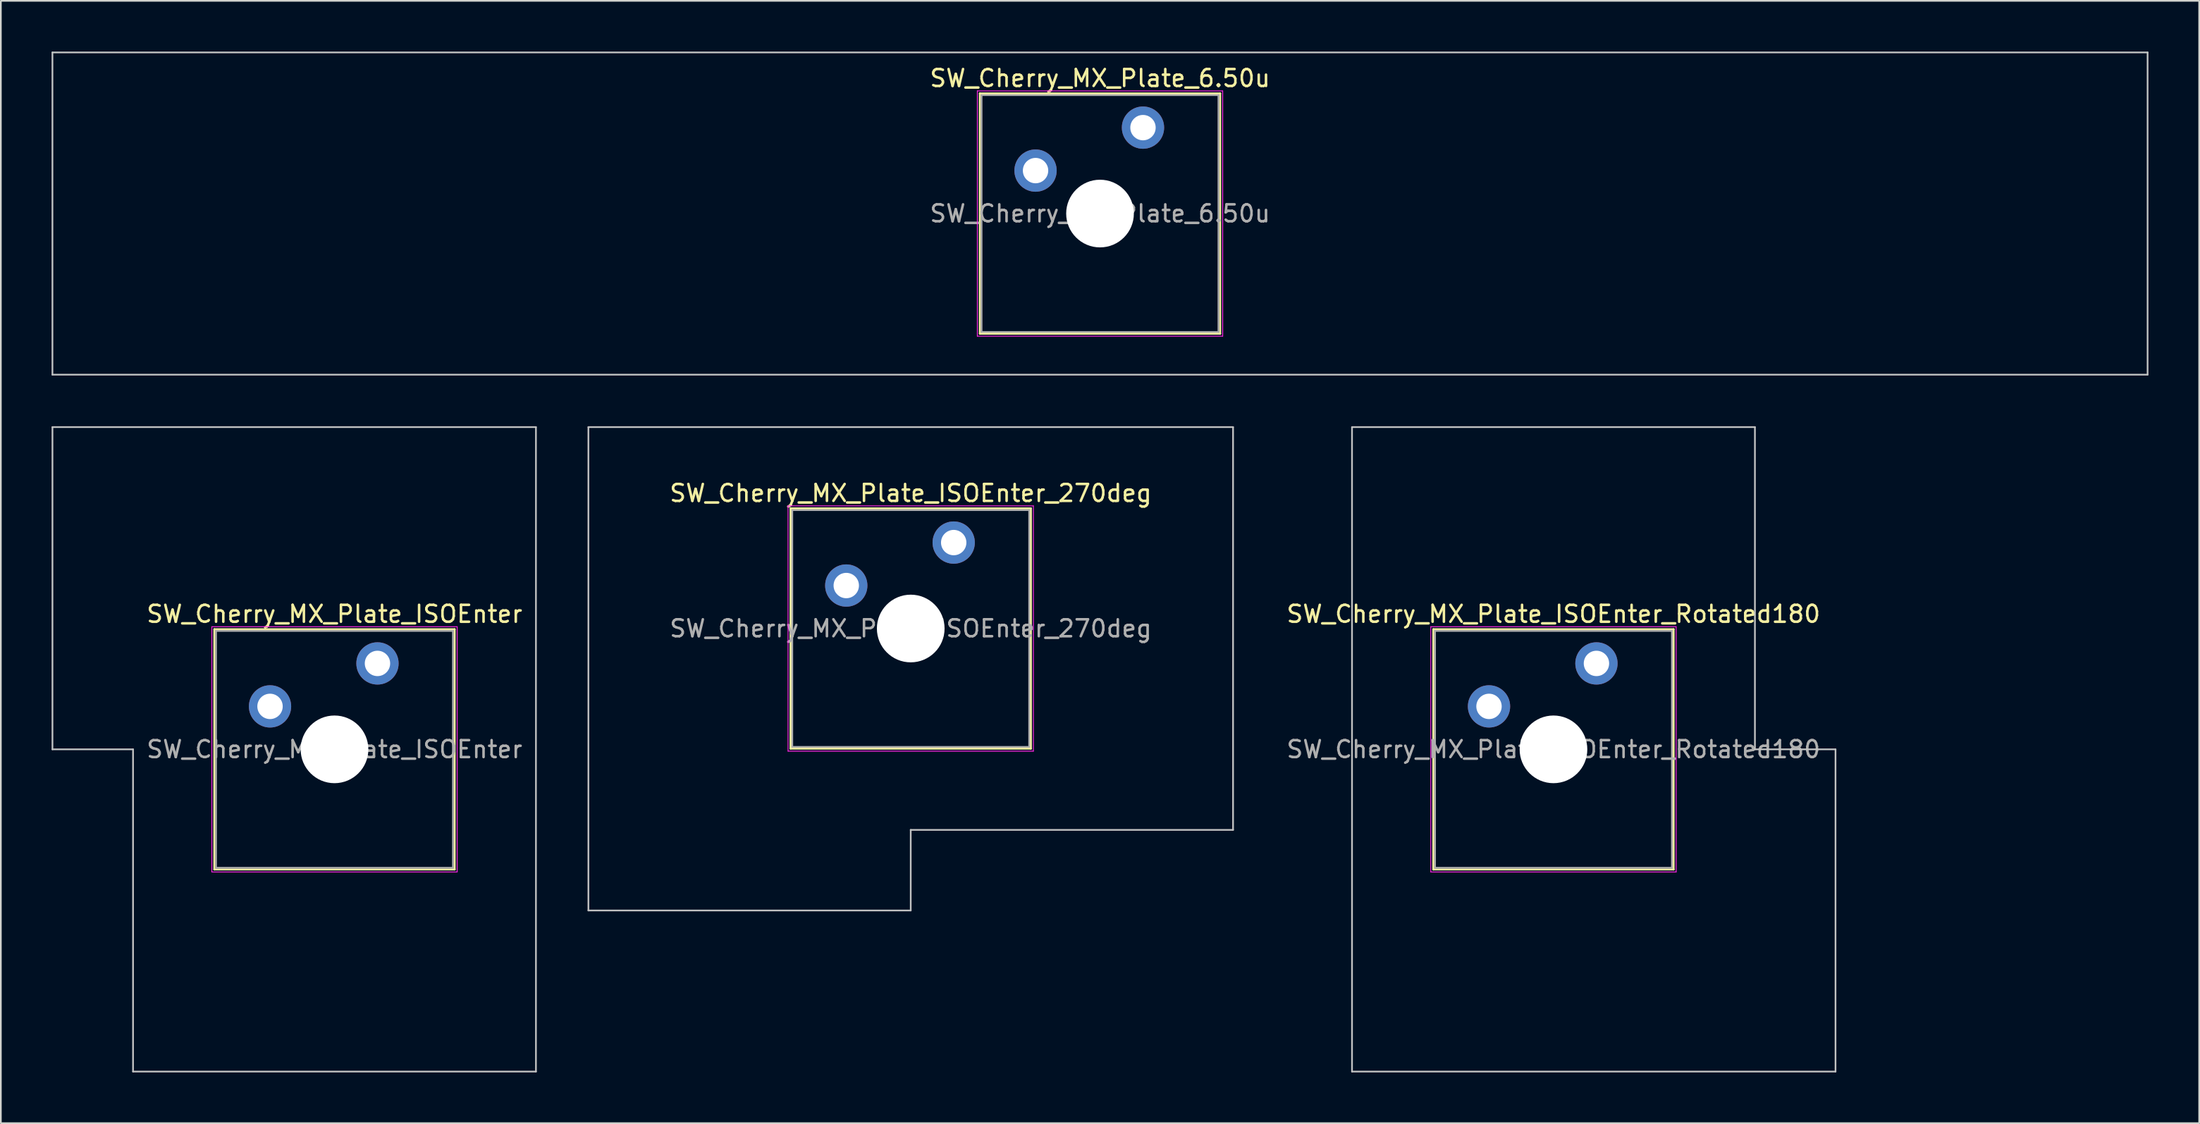
<source format=kicad_pcb>
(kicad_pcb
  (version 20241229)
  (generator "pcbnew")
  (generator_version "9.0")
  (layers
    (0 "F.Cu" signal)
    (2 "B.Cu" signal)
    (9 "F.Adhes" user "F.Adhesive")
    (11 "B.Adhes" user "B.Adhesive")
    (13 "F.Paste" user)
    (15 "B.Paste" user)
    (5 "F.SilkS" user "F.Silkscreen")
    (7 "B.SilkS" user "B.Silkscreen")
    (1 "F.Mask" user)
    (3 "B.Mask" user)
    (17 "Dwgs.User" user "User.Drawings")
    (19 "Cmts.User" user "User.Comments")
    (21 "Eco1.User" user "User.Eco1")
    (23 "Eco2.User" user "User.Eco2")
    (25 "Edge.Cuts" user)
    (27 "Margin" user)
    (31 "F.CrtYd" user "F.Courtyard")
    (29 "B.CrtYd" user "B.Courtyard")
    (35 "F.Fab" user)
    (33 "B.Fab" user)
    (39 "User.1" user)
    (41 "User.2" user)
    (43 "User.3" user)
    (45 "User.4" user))
  (footprint "SW_Cherry_MX_Plate_ISOEnter_270deg"
    (layer "F.Cu")
    (at 50.775 34.106)
    (property "Reference" "SW_Cherry_MX_Plate_ISOEnter_270deg" (at 0 -8 0) (layer "F.SilkS") (effects (font (size 1 1) (thickness 0.15))))
    (attr through_hole)
    (fp_line (start -7.1 -7.1) (end -7.1 7.1) (stroke (width 0.12) (type solid)) (layer "F.SilkS"))
    (fp_line (start -7.1 7.1) (end 7.1 7.1) (stroke (width 0.12) (type solid)) (layer "F.SilkS"))
    (fp_line (start 7.1 -7.1) (end -7.1 -7.1) (stroke (width 0.12) (type solid)) (layer "F.SilkS"))
    (fp_line (start 7.1 7.1) (end 7.1 -7.1) (stroke (width 0.12) (type solid)) (layer "F.SilkS"))
    (fp_line (start -19.05 -11.906) (end -19.05 16.669) (stroke (width 0.1) (type solid)) (layer "Dwgs.User"))
    (fp_line (start -19.05 16.669) (end 0 16.669) (stroke (width 0.1) (type solid)) (layer "Dwgs.User"))
    (fp_line (start 0 11.906) (end 19.05 11.906) (stroke (width 0.1) (type solid)) (layer "Dwgs.User"))
    (fp_line (start 0 16.669) (end 0 11.906) (stroke (width 0.1) (type solid)) (layer "Dwgs.User"))
    (fp_line (start 19.05 -11.906) (end -19.05 -11.906) (stroke (width 0.1) (type solid)) (layer "Dwgs.User"))
    (fp_line (start 19.05 11.906) (end 19.05 -11.906) (stroke (width 0.1) (type solid)) (layer "Dwgs.User"))
    (fp_line (start -7 -7) (end -7 7) (stroke (width 0.1) (type solid)) (layer "Eco1.User"))
    (fp_line (start -7 7) (end 7 7) (stroke (width 0.1) (type solid)) (layer "Eco1.User"))
    (fp_line (start 7 -7) (end -7 -7) (stroke (width 0.1) (type solid)) (layer "Eco1.User"))
    (fp_line (start 7 7) (end 7 -7) (stroke (width 0.1) (type solid)) (layer "Eco1.User"))
    (fp_line (start -7.25 -7.25) (end -7.25 7.25) (stroke (width 0.05) (type solid)) (layer "F.CrtYd"))
    (fp_line (start -7.25 7.25) (end 7.25 7.25) (stroke (width 0.05) (type solid)) (layer "F.CrtYd"))
    (fp_line (start 7.25 -7.25) (end -7.25 -7.25) (stroke (width 0.05) (type solid)) (layer "F.CrtYd"))
    (fp_line (start 7.25 7.25) (end 7.25 -7.25) (stroke (width 0.05) (type solid)) (layer "F.CrtYd"))
    (fp_line (start -7 -7) (end -7 7) (stroke (width 0.1) (type solid)) (layer "F.Fab"))
    (fp_line (start -7 7) (end 7 7) (stroke (width 0.1) (type solid)) (layer "F.Fab"))
    (fp_line (start 7 -7) (end -7 -7) (stroke (width 0.1) (type solid)) (layer "F.Fab"))
    (fp_line (start 7 7) (end 7 -7) (stroke (width 0.1) (type solid)) (layer "F.Fab"))
    (fp_text user "${REFERENCE}" (at 0 0 0) (layer "F.Fab") (effects (font (size 1 1) (thickness 0.15))))
    (pad "" np_thru_hole circle (at 0 0) (size 4 4) (drill 4) (layers "*.Cu" "*.Mask"))
    (pad "1" thru_hole circle (at -3.81 -2.54) (size 2.5 2.5) (drill 1.5) (layers "*.Cu" "B.Mask"))
    (pad "2" thru_hole circle (at 2.54 -5.08) (size 2.5 2.5) (drill 1.5) (layers "*.Cu" "B.Mask")))
  (footprint "SW_Cherry_MX_Plate_ISOEnter_Rotated180"
    (layer "F.Cu")
    (at 88.762 41.25)
    (property "Reference" "SW_Cherry_MX_Plate_ISOEnter_Rotated180" (at 0 -8 0) (layer "F.SilkS") (effects (font (size 1 1) (thickness 0.15))))
    (attr through_hole)
    (fp_line (start -7.1 -7.1) (end -7.1 7.1) (stroke (width 0.12) (type solid)) (layer "F.SilkS"))
    (fp_line (start -7.1 7.1) (end 7.1 7.1) (stroke (width 0.12) (type solid)) (layer "F.SilkS"))
    (fp_line (start 7.1 -7.1) (end -7.1 -7.1) (stroke (width 0.12) (type solid)) (layer "F.SilkS"))
    (fp_line (start 7.1 7.1) (end 7.1 -7.1) (stroke (width 0.12) (type solid)) (layer "F.SilkS"))
    (fp_line (start -11.906 -19.05) (end -11.906 19.05) (stroke (width 0.1) (type solid)) (layer "Dwgs.User"))
    (fp_line (start -11.906 19.05) (end 16.669 19.05) (stroke (width 0.1) (type solid)) (layer "Dwgs.User"))
    (fp_line (start 11.906 -19.05) (end -11.906 -19.05) (stroke (width 0.1) (type solid)) (layer "Dwgs.User"))
    (fp_line (start 11.906 0) (end 11.906 -19.05) (stroke (width 0.1) (type solid)) (layer "Dwgs.User"))
    (fp_line (start 16.669 0) (end 11.906 0) (stroke (width 0.1) (type solid)) (layer "Dwgs.User"))
    (fp_line (start 16.669 19.05) (end 16.669 0) (stroke (width 0.1) (type solid)) (layer "Dwgs.User"))
    (fp_line (start -7.25 -7.25) (end -7.25 7.25) (stroke (width 0.05) (type solid)) (layer "F.CrtYd"))
    (fp_line (start -7.25 7.25) (end 7.25 7.25) (stroke (width 0.05) (type solid)) (layer "F.CrtYd"))
    (fp_line (start 7.25 -7.25) (end -7.25 -7.25) (stroke (width 0.05) (type solid)) (layer "F.CrtYd"))
    (fp_line (start 7.25 7.25) (end 7.25 -7.25) (stroke (width 0.05) (type solid)) (layer "F.CrtYd"))
    (fp_line (start -7 -7) (end -7 7) (stroke (width 0.1) (type solid)) (layer "F.Fab"))
    (fp_line (start -7 7) (end 7 7) (stroke (width 0.1) (type solid)) (layer "F.Fab"))
    (fp_line (start 7 -7) (end -7 -7) (stroke (width 0.1) (type solid)) (layer "F.Fab"))
    (fp_line (start 7 7) (end 7 -7) (stroke (width 0.1) (type solid)) (layer "F.Fab"))
    (fp_text user "${REFERENCE}" (at 0 0 0) (layer "F.Fab") (effects (font (size 1 1) (thickness 0.15))))
    (pad "" np_thru_hole circle (at 0 0) (size 4 4) (drill 4) (layers "*.Cu" "*.Mask"))
    (pad "1" thru_hole circle (at -3.81 -2.54) (size 2.5 2.5) (drill 1.5) (layers "*.Cu" "B.Mask"))
    (pad "2" thru_hole circle (at 2.54 -5.08) (size 2.5 2.5) (drill 1.5) (layers "*.Cu" "B.Mask")))
  (footprint "SW_Cherry_MX_Plate_6.50u"
    (layer "F.Cu")
    (at 61.962 9.575)
    (property "Reference" "SW_Cherry_MX_Plate_6.50u" (at 0 -8 0) (layer "F.SilkS") (effects (font (size 1 1) (thickness 0.15))))
    (attr through_hole)
    (fp_line (start -7.1 -7.1) (end -7.1 7.1) (stroke (width 0.12) (type solid)) (layer "F.SilkS"))
    (fp_line (start -7.1 7.1) (end 7.1 7.1) (stroke (width 0.12) (type solid)) (layer "F.SilkS"))
    (fp_line (start 7.1 -7.1) (end -7.1 -7.1) (stroke (width 0.12) (type solid)) (layer "F.SilkS"))
    (fp_line (start 7.1 7.1) (end 7.1 -7.1) (stroke (width 0.12) (type solid)) (layer "F.SilkS"))
    (fp_line (start -61.913 -9.525) (end -61.913 9.525) (stroke (width 0.1) (type solid)) (layer "Dwgs.User"))
    (fp_line (start -61.913 9.525) (end 61.913 9.525) (stroke (width 0.1) (type solid)) (layer "Dwgs.User"))
    (fp_line (start 61.913 -9.525) (end -61.913 -9.525) (stroke (width 0.1) (type solid)) (layer "Dwgs.User"))
    (fp_line (start 61.913 9.525) (end 61.913 -9.525) (stroke (width 0.1) (type solid)) (layer "Dwgs.User"))
    (fp_line (start -7 -7) (end -7 7) (stroke (width 0.1) (type solid)) (layer "Eco1.User"))
    (fp_line (start -7 7) (end 7 7) (stroke (width 0.1) (type solid)) (layer "Eco1.User"))
    (fp_line (start 7 -7) (end -7 -7) (stroke (width 0.1) (type solid)) (layer "Eco1.User"))
    (fp_line (start 7 7) (end 7 -7) (stroke (width 0.1) (type solid)) (layer "Eco1.User"))
    (fp_line (start -7.25 -7.25) (end -7.25 7.25) (stroke (width 0.05) (type solid)) (layer "F.CrtYd"))
    (fp_line (start -7.25 7.25) (end 7.25 7.25) (stroke (width 0.05) (type solid)) (layer "F.CrtYd"))
    (fp_line (start 7.25 -7.25) (end -7.25 -7.25) (stroke (width 0.05) (type solid)) (layer "F.CrtYd"))
    (fp_line (start 7.25 7.25) (end 7.25 -7.25) (stroke (width 0.05) (type solid)) (layer "F.CrtYd"))
    (fp_line (start -7 -7) (end -7 7) (stroke (width 0.1) (type solid)) (layer "F.Fab"))
    (fp_line (start -7 7) (end 7 7) (stroke (width 0.1) (type solid)) (layer "F.Fab"))
    (fp_line (start 7 -7) (end -7 -7) (stroke (width 0.1) (type solid)) (layer "F.Fab"))
    (fp_line (start 7 7) (end 7 -7) (stroke (width 0.1) (type solid)) (layer "F.Fab"))
    (fp_text user "${REFERENCE}" (at 0 0 0) (layer "F.Fab") (effects (font (size 1 1) (thickness 0.15))))
    (pad "" np_thru_hole circle (at 0 0) (size 4 4) (drill 4) (layers "*.Cu" "*.Mask"))
    (pad "1" thru_hole circle (at -3.81 -2.54) (size 2.5 2.5) (drill 1.5) (layers "*.Cu" "B.Mask"))
    (pad "2" thru_hole circle (at 2.54 -5.08) (size 2.5 2.5) (drill 1.5) (layers "*.Cu" "B.Mask")))
  (footprint "SW_Cherry_MX_Plate_ISOEnter"
    (layer "F.Cu")
    (at 16.719 41.25)
    (property "Reference" "SW_Cherry_MX_Plate_ISOEnter" (at 0 -8 0) (layer "F.SilkS") (effects (font (size 1 1) (thickness 0.15))))
    (attr through_hole)
    (fp_line (start -7.1 -7.1) (end -7.1 7.1) (stroke (width 0.12) (type solid)) (layer "F.SilkS"))
    (fp_line (start -7.1 7.1) (end 7.1 7.1) (stroke (width 0.12) (type solid)) (layer "F.SilkS"))
    (fp_line (start 7.1 -7.1) (end -7.1 -7.1) (stroke (width 0.12) (type solid)) (layer "F.SilkS"))
    (fp_line (start 7.1 7.1) (end 7.1 -7.1) (stroke (width 0.12) (type solid)) (layer "F.SilkS"))
    (fp_line (start -16.669 -19.05) (end -16.669 0) (stroke (width 0.1) (type solid)) (layer "Dwgs.User"))
    (fp_line (start -16.669 0) (end -11.906 0) (stroke (width 0.1) (type solid)) (layer "Dwgs.User"))
    (fp_line (start -11.906 0) (end -11.906 19.05) (stroke (width 0.1) (type solid)) (layer "Dwgs.User"))
    (fp_line (start -11.906 19.05) (end 11.906 19.05) (stroke (width 0.1) (type solid)) (layer "Dwgs.User"))
    (fp_line (start 11.906 -19.05) (end -16.669 -19.05) (stroke (width 0.1) (type solid)) (layer "Dwgs.User"))
    (fp_line (start 11.906 19.05) (end 11.906 -19.05) (stroke (width 0.1) (type solid)) (layer "Dwgs.User"))
    (fp_line (start -7 -7) (end -7 7) (stroke (width 0.1) (type solid)) (layer "Eco1.User"))
    (fp_line (start -7 7) (end 7 7) (stroke (width 0.1) (type solid)) (layer "Eco1.User"))
    (fp_line (start 7 -7) (end -7 -7) (stroke (width 0.1) (type solid)) (layer "Eco1.User"))
    (fp_line (start 7 7) (end 7 -7) (stroke (width 0.1) (type solid)) (layer "Eco1.User"))
    (fp_line (start -7.25 -7.25) (end -7.25 7.25) (stroke (width 0.05) (type solid)) (layer "F.CrtYd"))
    (fp_line (start -7.25 7.25) (end 7.25 7.25) (stroke (width 0.05) (type solid)) (layer "F.CrtYd"))
    (fp_line (start 7.25 -7.25) (end -7.25 -7.25) (stroke (width 0.05) (type solid)) (layer "F.CrtYd"))
    (fp_line (start 7.25 7.25) (end 7.25 -7.25) (stroke (width 0.05) (type solid)) (layer "F.CrtYd"))
    (fp_line (start -7 -7) (end -7 7) (stroke (width 0.1) (type solid)) (layer "F.Fab"))
    (fp_line (start -7 7) (end 7 7) (stroke (width 0.1) (type solid)) (layer "F.Fab"))
    (fp_line (start 7 -7) (end -7 -7) (stroke (width 0.1) (type solid)) (layer "F.Fab"))
    (fp_line (start 7 7) (end 7 -7) (stroke (width 0.1) (type solid)) (layer "F.Fab"))
    (fp_text user "${REFERENCE}" (at 0 0 0) (layer "F.Fab") (effects (font (size 1 1) (thickness 0.15))))
    (pad "" np_thru_hole circle (at 0 0) (size 4 4) (drill 4) (layers "*.Cu" "*.Mask"))
    (pad "1" thru_hole circle (at -3.81 -2.54) (size 2.5 2.5) (drill 1.5) (layers "*.Cu" "*.Mask"))
    (pad "2" thru_hole circle (at 2.54 -5.08) (size 2.5 2.5) (drill 1.5) (layers "*.Cu" "*.Mask")))
  (gr_rect
    (start -3 -3)
    (end 126.925 63.35)
    (stroke (width 0.1) (type default))
    (fill no)
    (layer "Edge.Cuts")))
</source>
